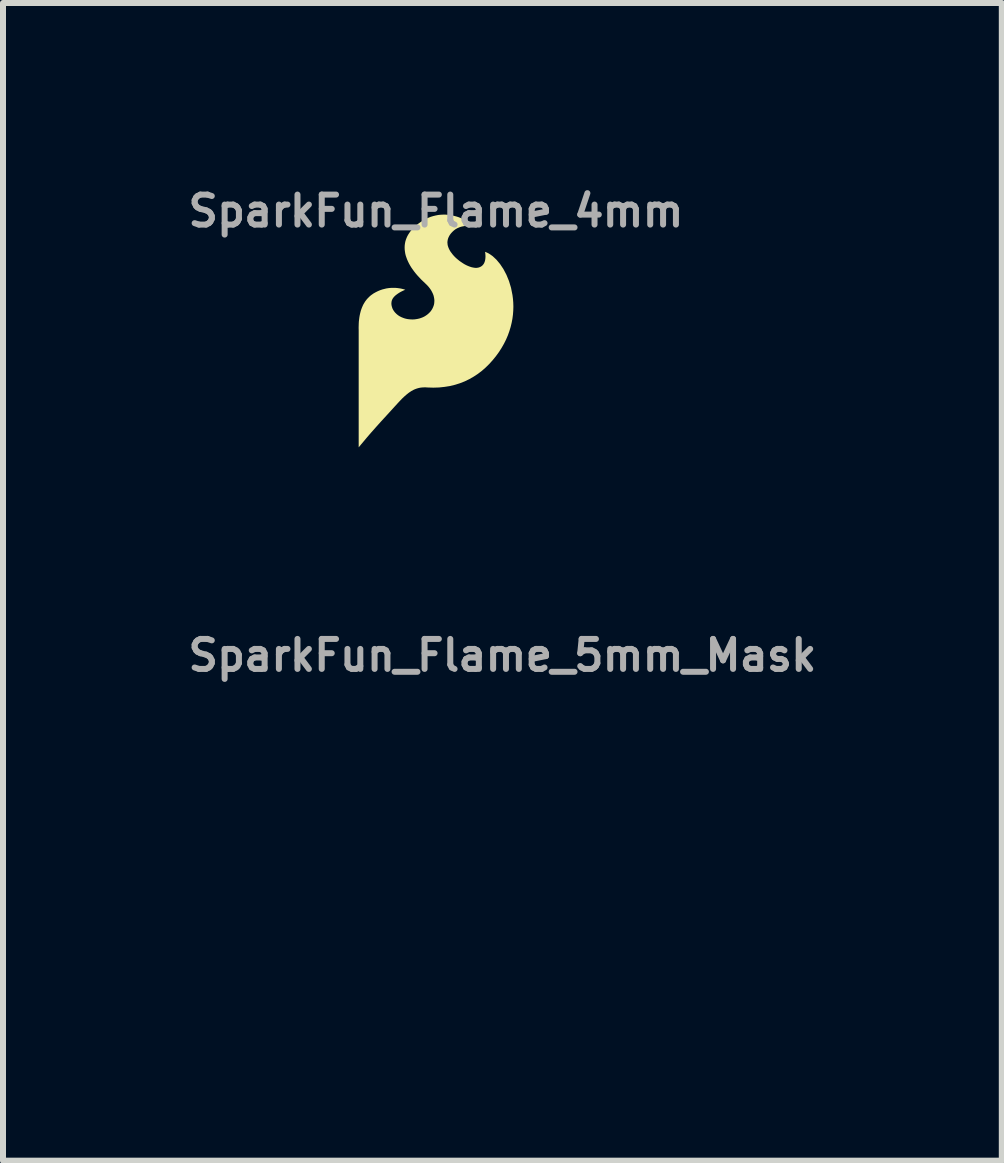
<source format=kicad_pcb>
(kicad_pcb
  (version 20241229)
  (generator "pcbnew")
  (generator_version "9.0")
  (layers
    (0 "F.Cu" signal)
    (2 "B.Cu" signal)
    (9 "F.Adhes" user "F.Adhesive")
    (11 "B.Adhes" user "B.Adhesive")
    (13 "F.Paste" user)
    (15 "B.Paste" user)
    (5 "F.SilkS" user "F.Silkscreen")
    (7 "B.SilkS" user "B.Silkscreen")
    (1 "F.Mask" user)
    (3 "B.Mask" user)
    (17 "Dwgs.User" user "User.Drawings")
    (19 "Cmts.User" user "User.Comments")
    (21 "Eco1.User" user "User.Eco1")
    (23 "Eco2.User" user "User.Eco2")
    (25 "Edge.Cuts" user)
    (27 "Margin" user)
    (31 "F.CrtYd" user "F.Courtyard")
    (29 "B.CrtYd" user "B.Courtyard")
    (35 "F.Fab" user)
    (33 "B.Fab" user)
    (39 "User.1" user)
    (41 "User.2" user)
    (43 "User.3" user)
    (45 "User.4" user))
  (footprint "SparkFun_Flame_4mm"
    (layer "F.Cu")
    (at 4.219 2.468)
    (property "Reference" "SparkFun_Flame_4mm" (at 0 -2 0) (layer "F.Fab") (effects (font (size 0.5 0.5) (thickness 0.1))))
    (attr board_only exclude_from_pos_files exclude_from_bom)
    (fp_poly (pts (xy 0.158 -1.94) (xy 0.196 -1.937) (xy 0.233 -1.932) (xy 0.27 -1.926) (xy 0.305 -1.918) (xy 0.339 -1.909) (xy 0.371 -1.899) (xy 0.402 -1.887) (xy 0.432 -1.875) (xy 0.46 -1.863) (xy 0.487 -1.85) (xy 0.535 -1.824) (xy 0.576 -1.799) (xy 0.609 -1.776) (xy 0.633 -1.758) (xy 0.653 -1.742) (xy 0.643 -1.744) (xy 0.613 -1.749) (xy 0.592 -1.751) (xy 0.569 -1.753) (xy 0.542 -1.754) (xy 0.513 -1.753) (xy 0.483 -1.75) (xy 0.451 -1.745) (xy 0.419 -1.738) (xy 0.403 -1.733) (xy 0.387 -1.727) (xy 0.371 -1.72) (xy 0.355 -1.713) (xy 0.339 -1.704) (xy 0.324 -1.695) (xy 0.309 -1.684) (xy 0.294 -1.672) (xy 0.28 -1.659) (xy 0.266 -1.645) (xy 0.249 -1.626) (xy 0.234 -1.606) (xy 0.221 -1.585) (xy 0.211 -1.565) (xy 0.206 -1.554) (xy 0.202 -1.543) (xy 0.199 -1.533) (xy 0.196 -1.522) (xy 0.194 -1.511) (xy 0.192 -1.5) (xy 0.191 -1.488) (xy 0.19 -1.477) (xy 0.191 -1.466) (xy 0.192 -1.454) (xy 0.193 -1.442) (xy 0.195 -1.43) (xy 0.198 -1.418) (xy 0.202 -1.406) (xy 0.206 -1.394) (xy 0.211 -1.381) (xy 0.217 -1.368) (xy 0.223 -1.356) (xy 0.23 -1.343) (xy 0.238 -1.329) (xy 0.247 -1.316) (xy 0.257 -1.303) (xy 0.278 -1.275) (xy 0.298 -1.252) (xy 0.319 -1.23) (xy 0.343 -1.208) (xy 0.368 -1.187) (xy 0.394 -1.166) (xy 0.422 -1.147) (xy 0.45 -1.128) (xy 0.478 -1.111) (xy 0.507 -1.096) (xy 0.536 -1.083) (xy 0.565 -1.072) (xy 0.593 -1.063) (xy 0.621 -1.057) (xy 0.634 -1.055) (xy 0.647 -1.053) (xy 0.66 -1.052) (xy 0.673 -1.052) (xy 0.685 -1.053) (xy 0.696 -1.055) (xy 0.712 -1.058) (xy 0.726 -1.063) (xy 0.74 -1.069) (xy 0.752 -1.076) (xy 0.763 -1.083) (xy 0.772 -1.091) (xy 0.781 -1.1) (xy 0.789 -1.11) (xy 0.796 -1.12) (xy 0.802 -1.131) (xy 0.807 -1.142) (xy 0.811 -1.153) (xy 0.815 -1.164) (xy 0.818 -1.176) (xy 0.82 -1.188) (xy 0.822 -1.199) (xy 0.824 -1.222) (xy 0.825 -1.244) (xy 0.824 -1.265) (xy 0.823 -1.283) (xy 0.821 -1.298) (xy 0.819 -1.309) (xy 0.817 -1.32) (xy 0.849 -1.307) (xy 0.881 -1.291) (xy 0.913 -1.27) (xy 0.946 -1.246) (xy 1.008 -1.188) (xy 1.068 -1.116) (xy 1.124 -1.032) (xy 1.174 -0.937) (xy 1.217 -0.832) (xy 1.251 -0.719) (xy 1.275 -0.598) (xy 1.283 -0.536) (xy 1.288 -0.472) (xy 1.29 -0.406) (xy 1.288 -0.34) (xy 1.283 -0.273) (xy 1.274 -0.204) (xy 1.261 -0.136) (xy 1.244 -0.066) (xy 1.223 0.003) (xy 1.198 0.073) (xy 1.168 0.143) (xy 1.133 0.213) (xy 1.093 0.283) (xy 1.048 0.353) (xy 0.997 0.423) (xy 0.943 0.489) (xy 0.886 0.552) (xy 0.826 0.611) (xy 0.763 0.666) (xy 0.697 0.716) (xy 0.627 0.762) (xy 0.555 0.803) (xy 0.479 0.84) (xy 0.4 0.871) (xy 0.318 0.897) (xy 0.232 0.918) (xy 0.143 0.932) (xy 0.051 0.942) (xy -0.044 0.945) (xy -0.144 0.942) (xy -0.17 0.94) (xy -0.195 0.94) (xy -0.22 0.941) (xy -0.243 0.943) (xy -0.266 0.946) (xy -0.289 0.951) (xy -0.311 0.957) (xy -0.332 0.964) (xy -0.353 0.972) (xy -0.373 0.981) (xy -0.393 0.992) (xy -0.413 1.003) (xy -0.452 1.029) (xy -0.49 1.059) (xy -0.528 1.092) (xy -0.567 1.129) (xy -0.606 1.17) (xy -0.647 1.214) (xy -0.832 1.417) (xy -0.922 1.515) (xy -1.007 1.61) (xy -1.085 1.698) (xy -1.153 1.777) (xy -1.209 1.844) (xy -1.252 1.895) (xy -1.289 1.94) (xy -1.289 -0.014) (xy -1.29 -0.052) (xy -1.289 -0.09) (xy -1.288 -0.125) (xy -1.286 -0.16) (xy -1.282 -0.193) (xy -1.278 -0.225) (xy -1.273 -0.255) (xy -1.267 -0.284) (xy -1.26 -0.312) (xy -1.253 -0.339) (xy -1.244 -0.365) (xy -1.235 -0.389) (xy -1.225 -0.412) (xy -1.215 -0.435) (xy -1.203 -0.456) (xy -1.191 -0.476) (xy -1.179 -0.495) (xy -1.165 -0.513) (xy -1.152 -0.53) (xy -1.137 -0.546) (xy -1.122 -0.561) (xy -1.107 -0.576) (xy -1.091 -0.59) (xy -1.075 -0.602) (xy -1.058 -0.614) (xy -1.041 -0.626) (xy -1.023 -0.636) (xy -1.005 -0.646) (xy -0.969 -0.664) (xy -0.931 -0.68) (xy -0.91 -0.687) (xy -0.889 -0.694) (xy -0.868 -0.699) (xy -0.848 -0.704) (xy -0.828 -0.709) (xy -0.808 -0.712) (xy -0.789 -0.715) (xy -0.77 -0.717) (xy -0.752 -0.718) (xy -0.733 -0.719) (xy -0.716 -0.719) (xy -0.699 -0.719) (xy -0.682 -0.719) (xy -0.667 -0.718) (xy -0.637 -0.715) (xy -0.609 -0.711) (xy -0.585 -0.707) (xy -0.564 -0.702) (xy -0.546 -0.698) (xy -0.531 -0.693) (xy -0.521 -0.69) (xy -0.512 -0.687) (xy -0.539 -0.676) (xy -0.568 -0.662) (xy -0.584 -0.654) (xy -0.602 -0.644) (xy -0.62 -0.633) (xy -0.638 -0.621) (xy -0.656 -0.608) (xy -0.674 -0.594) (xy -0.69 -0.579) (xy -0.698 -0.571) (xy -0.705 -0.563) (xy -0.711 -0.555) (xy -0.718 -0.546) (xy -0.723 -0.537) (xy -0.728 -0.528) (xy -0.733 -0.517) (xy -0.737 -0.506) (xy -0.74 -0.494) (xy -0.742 -0.482) (xy -0.743 -0.47) (xy -0.744 -0.457) (xy -0.743 -0.444) (xy -0.742 -0.432) (xy -0.739 -0.419) (xy -0.736 -0.406) (xy -0.732 -0.393) (xy -0.728 -0.38) (xy -0.722 -0.367) (xy -0.716 -0.355) (xy -0.708 -0.342) (xy -0.7 -0.33) (xy -0.691 -0.318) (xy -0.681 -0.306) (xy -0.67 -0.295) (xy -0.659 -0.284) (xy -0.646 -0.273) (xy -0.633 -0.263) (xy -0.619 -0.253) (xy -0.604 -0.244) (xy -0.588 -0.236) (xy -0.572 -0.228) (xy -0.554 -0.221) (xy -0.536 -0.214) (xy -0.517 -0.208) (xy -0.497 -0.203) (xy -0.477 -0.199) (xy -0.455 -0.196) (xy -0.423 -0.193) (xy -0.392 -0.192) (xy -0.362 -0.193) (xy -0.332 -0.197) (xy -0.303 -0.202) (xy -0.274 -0.209) (xy -0.247 -0.218) (xy -0.221 -0.228) (xy -0.196 -0.24) (xy -0.173 -0.254) (xy -0.151 -0.269) (xy -0.13 -0.286) (xy -0.111 -0.304) (xy -0.093 -0.323) (xy -0.078 -0.343) (xy -0.064 -0.365) (xy -0.053 -0.387) (xy -0.043 -0.411) (xy -0.035 -0.435) (xy -0.03 -0.46) (xy -0.028 -0.486) (xy -0.027 -0.512) (xy -0.03 -0.539) (xy -0.035 -0.567) (xy -0.042 -0.595) (xy -0.053 -0.623) (xy -0.067 -0.652) (xy -0.083 -0.681) (xy -0.103 -0.71) (xy -0.126 -0.739) (xy -0.153 -0.768) (xy -0.183 -0.797) (xy -0.25 -0.861) (xy -0.311 -0.927) (xy -0.339 -0.96) (xy -0.365 -0.993) (xy -0.389 -1.026) (xy -0.412 -1.059) (xy -0.432 -1.092) (xy -0.451 -1.126) (xy -0.467 -1.159) (xy -0.482 -1.193) (xy -0.494 -1.226) (xy -0.505 -1.259) (xy -0.513 -1.292) (xy -0.518 -1.325) (xy -0.522 -1.358) (xy -0.523 -1.391) (xy -0.522 -1.423) (xy -0.518 -1.456) (xy -0.512 -1.488) (xy -0.503 -1.519) (xy -0.491 -1.551) (xy -0.477 -1.582) (xy -0.46 -1.612) (xy -0.44 -1.642) (xy -0.418 -1.672) (xy -0.393 -1.701) (xy -0.364 -1.73) (xy -0.333 -1.758) (xy -0.299 -1.786) (xy -0.261 -1.813) (xy -0.218 -1.841) (xy -0.174 -1.866) (xy -0.131 -1.886) (xy -0.088 -1.903) (xy -0.045 -1.916) (xy -0.003 -1.926) (xy 0.038 -1.934) (xy 0.079 -1.938) (xy 0.119 -1.94)) (stroke (width -0.000001) (type solid)) (fill yes) (layer "F.SilkS")))
  (footprint "SparkFun_Flame_5mm_Mask"
    (layer "F.Cu")
    (at 5.326 10.876)
    (property "Reference" "SparkFun_Flame_5mm_Mask" (at 0 -3 0) (layer "F.Fab") (effects (font (size 0.5 0.5) (thickness 0.1))))
    (attr board_only exclude_from_pos_files exclude_from_bom)
    (fp_poly (pts (xy 0.197 -2.424) (xy 0.245 -2.421) (xy 0.292 -2.415) (xy 0.337 -2.408) (xy 0.381 -2.398) (xy 0.423 -2.386) (xy 0.464 -2.373) (xy 0.503 -2.359) (xy 0.54 -2.344) (xy 0.576 -2.328) (xy 0.609 -2.312) (xy 0.669 -2.279) (xy 0.72 -2.248) (xy 0.761 -2.22) (xy 0.792 -2.198) (xy 0.817 -2.178) (xy 0.803 -2.181) (xy 0.766 -2.187) (xy 0.74 -2.189) (xy 0.711 -2.191) (xy 0.678 -2.192) (xy 0.642 -2.191) (xy 0.604 -2.188) (xy 0.564 -2.182) (xy 0.524 -2.172) (xy 0.504 -2.166) (xy 0.484 -2.159) (xy 0.464 -2.151) (xy 0.444 -2.141) (xy 0.424 -2.13) (xy 0.405 -2.119) (xy 0.386 -2.105) (xy 0.368 -2.091) (xy 0.35 -2.074) (xy 0.333 -2.057) (xy 0.312 -2.032) (xy 0.293 -2.007) (xy 0.277 -1.982) (xy 0.263 -1.956) (xy 0.258 -1.943) (xy 0.253 -1.929) (xy 0.248 -1.916) (xy 0.245 -1.902) (xy 0.242 -1.888) (xy 0.24 -1.875) (xy 0.239 -1.861) (xy 0.238 -1.846) (xy 0.238 -1.832) (xy 0.239 -1.817) (xy 0.241 -1.803) (xy 0.244 -1.788) (xy 0.248 -1.773) (xy 0.252 -1.757) (xy 0.258 -1.742) (xy 0.264 -1.726) (xy 0.271 -1.711) (xy 0.279 -1.695) (xy 0.288 -1.678) (xy 0.298 -1.662) (xy 0.309 -1.645) (xy 0.321 -1.628) (xy 0.347 -1.594) (xy 0.372 -1.565) (xy 0.399 -1.537) (xy 0.429 -1.51) (xy 0.46 -1.483) (xy 0.493 -1.458) (xy 0.527 -1.433) (xy 0.562 -1.41) (xy 0.598 -1.389) (xy 0.634 -1.37) (xy 0.67 -1.354) (xy 0.706 -1.34) (xy 0.742 -1.329) (xy 0.776 -1.321) (xy 0.793 -1.318) (xy 0.809 -1.316) (xy 0.825 -1.316) (xy 0.841 -1.316) (xy 0.856 -1.317) (xy 0.87 -1.319) (xy 0.89 -1.323) (xy 0.908 -1.329) (xy 0.925 -1.336) (xy 0.94 -1.344) (xy 0.953 -1.354) (xy 0.966 -1.364) (xy 0.977 -1.375) (xy 0.986 -1.387) (xy 0.995 -1.4) (xy 1.002 -1.413) (xy 1.009 -1.427) (xy 1.014 -1.441) (xy 1.019 -1.455) (xy 1.023 -1.47) (xy 1.026 -1.485) (xy 1.028 -1.499) (xy 1.03 -1.528) (xy 1.031 -1.555) (xy 1.03 -1.581) (xy 1.028 -1.603) (xy 1.026 -1.622) (xy 1.023 -1.637) (xy 1.021 -1.649) (xy 1.061 -1.634) (xy 1.101 -1.613) (xy 1.142 -1.588) (xy 1.182 -1.558) (xy 1.26 -1.484) (xy 1.335 -1.394) (xy 1.405 -1.289) (xy 1.467 -1.171) (xy 1.521 -1.04) (xy 1.563 -0.899) (xy 1.594 -0.748) (xy 1.604 -0.67) (xy 1.61 -0.59) (xy 1.612 -0.508) (xy 1.61 -0.425) (xy 1.604 -0.341) (xy 1.592 -0.256) (xy 1.577 -0.17) (xy 1.555 -0.083) (xy 1.529 0.004) (xy 1.497 0.092) (xy 1.46 0.179) (xy 1.416 0.267) (xy 1.366 0.354) (xy 1.31 0.441) (xy 1.246 0.528) (xy 1.179 0.612) (xy 1.107 0.69) (xy 1.032 0.764) (xy 0.953 0.832) (xy 0.871 0.895) (xy 0.784 0.953) (xy 0.693 1.004) (xy 0.599 1.05) (xy 0.5 1.089) (xy 0.397 1.121) (xy 0.29 1.147) (xy 0.179 1.166) (xy 0.064 1.177) (xy -0.056 1.181) (xy -0.179 1.177) (xy -0.212 1.175) (xy -0.244 1.175) (xy -0.275 1.176) (xy -0.304 1.179) (xy -0.333 1.183) (xy -0.361 1.189) (xy -0.388 1.196) (xy -0.415 1.205) (xy -0.441 1.215) (xy -0.467 1.227) (xy -0.492 1.24) (xy -0.516 1.254) (xy -0.565 1.286) (xy -0.613 1.323) (xy -0.661 1.365) (xy -0.709 1.412) (xy -0.758 1.462) (xy -0.809 1.517) (xy -1.039 1.771) (xy -1.153 1.893) (xy -1.259 2.012) (xy -1.356 2.123) (xy -1.441 2.221) (xy -1.512 2.305) (xy -1.565 2.369) (xy -1.611 2.425) (xy -1.611 -0.017) (xy -1.612 -0.065) (xy -1.612 -0.112) (xy -1.61 -0.157) (xy -1.607 -0.2) (xy -1.603 -0.241) (xy -1.598 -0.281) (xy -1.592 -0.319) (xy -1.584 -0.356) (xy -1.576 -0.391) (xy -1.566 -0.424) (xy -1.556 -0.456) (xy -1.544 -0.486) (xy -1.532 -0.515) (xy -1.518 -0.543) (xy -1.504 -0.57) (xy -1.489 -0.595) (xy -1.473 -0.618) (xy -1.457 -0.641) (xy -1.439 -0.662) (xy -1.422 -0.683) (xy -1.403 -0.702) (xy -1.384 -0.72) (xy -1.364 -0.737) (xy -1.343 -0.753) (xy -1.322 -0.768) (xy -1.301 -0.782) (xy -1.279 -0.795) (xy -1.257 -0.808) (xy -1.211 -0.83) (xy -1.164 -0.849) (xy -1.137 -0.859) (xy -1.111 -0.867) (xy -1.085 -0.874) (xy -1.06 -0.88) (xy -1.035 -0.886) (xy -1.01 -0.89) (xy -0.986 -0.893) (xy -0.963 -0.896) (xy -0.939 -0.898) (xy -0.917 -0.899) (xy -0.895 -0.899) (xy -0.874 -0.899) (xy -0.853 -0.899) (xy -0.833 -0.897) (xy -0.796 -0.894) (xy -0.762 -0.889) (xy -0.731 -0.884) (xy -0.704 -0.878) (xy -0.682 -0.872) (xy -0.664 -0.867) (xy -0.651 -0.862) (xy -0.64 -0.858) (xy -0.674 -0.845) (xy -0.709 -0.828) (xy -0.73 -0.817) (xy -0.752 -0.805) (xy -0.775 -0.792) (xy -0.798 -0.777) (xy -0.82 -0.76) (xy -0.842 -0.743) (xy -0.863 -0.724) (xy -0.872 -0.714) (xy -0.881 -0.704) (xy -0.889 -0.693) (xy -0.897 -0.682) (xy -0.904 -0.671) (xy -0.91 -0.66) (xy -0.916 -0.646) (xy -0.921 -0.632) (xy -0.925 -0.617) (xy -0.927 -0.602) (xy -0.929 -0.587) (xy -0.929 -0.571) (xy -0.929 -0.556) (xy -0.927 -0.54) (xy -0.924 -0.523) (xy -0.921 -0.507) (xy -0.916 -0.491) (xy -0.91 -0.475) (xy -0.903 -0.459) (xy -0.894 -0.443) (xy -0.885 -0.428) (xy -0.875 -0.412) (xy -0.864 -0.397) (xy -0.851 -0.383) (xy -0.838 -0.368) (xy -0.823 -0.355) (xy -0.808 -0.341) (xy -0.791 -0.329) (xy -0.774 -0.317) (xy -0.755 -0.305) (xy -0.735 -0.294) (xy -0.715 -0.285) (xy -0.693 -0.276) (xy -0.67 -0.268) (xy -0.646 -0.26) (xy -0.622 -0.254) (xy -0.596 -0.249) (xy -0.569 -0.245) (xy -0.529 -0.241) (xy -0.49 -0.24) (xy -0.452 -0.242) (xy -0.415 -0.246) (xy -0.378 -0.252) (xy -0.343 -0.261) (xy -0.309 -0.272) (xy -0.276 -0.285) (xy -0.245 -0.3) (xy -0.216 -0.317) (xy -0.188 -0.336) (xy -0.162 -0.357) (xy -0.139 -0.379) (xy -0.117 -0.403) (xy -0.097 -0.429) (xy -0.08 -0.456) (xy -0.066 -0.484) (xy -0.054 -0.513) (xy -0.044 -0.544) (xy -0.038 -0.575) (xy -0.035 -0.607) (xy -0.034 -0.64) (xy -0.037 -0.674) (xy -0.043 -0.709) (xy -0.053 -0.744) (xy -0.066 -0.779) (xy -0.083 -0.815) (xy -0.104 -0.851) (xy -0.129 -0.887) (xy -0.158 -0.924) (xy -0.191 -0.96) (xy -0.228 -0.996) (xy -0.312 -1.077) (xy -0.388 -1.158) (xy -0.423 -1.199) (xy -0.456 -1.241) (xy -0.486 -1.282) (xy -0.514 -1.324) (xy -0.54 -1.366) (xy -0.563 -1.407) (xy -0.584 -1.449) (xy -0.602 -1.491) (xy -0.618 -1.532) (xy -0.631 -1.574) (xy -0.641 -1.615) (xy -0.648 -1.657) (xy -0.652 -1.698) (xy -0.654 -1.739) (xy -0.652 -1.779) (xy -0.647 -1.82) (xy -0.639 -1.86) (xy -0.628 -1.899) (xy -0.614 -1.938) (xy -0.596 -1.977) (xy -0.575 -2.015) (xy -0.551 -2.053) (xy -0.522 -2.09) (xy -0.491 -2.127) (xy -0.455 -2.163) (xy -0.416 -2.198) (xy -0.373 -2.233) (xy -0.327 -2.267) (xy -0.272 -2.302) (xy -0.218 -2.332) (xy -0.164 -2.357) (xy -0.11 -2.378) (xy -0.057 -2.395) (xy -0.004 -2.408) (xy 0.047 -2.417) (xy 0.098 -2.423) (xy 0.148 -2.425)) (stroke (width -0.000001) (type solid)) (fill yes) (layer "F.Mask")))
  (gr_rect
    (start -3 -3)
    (end 13.652 16.301)
    (stroke (width 0.1) (type default))
    (fill no)
    (layer "Edge.Cuts")))
</source>
